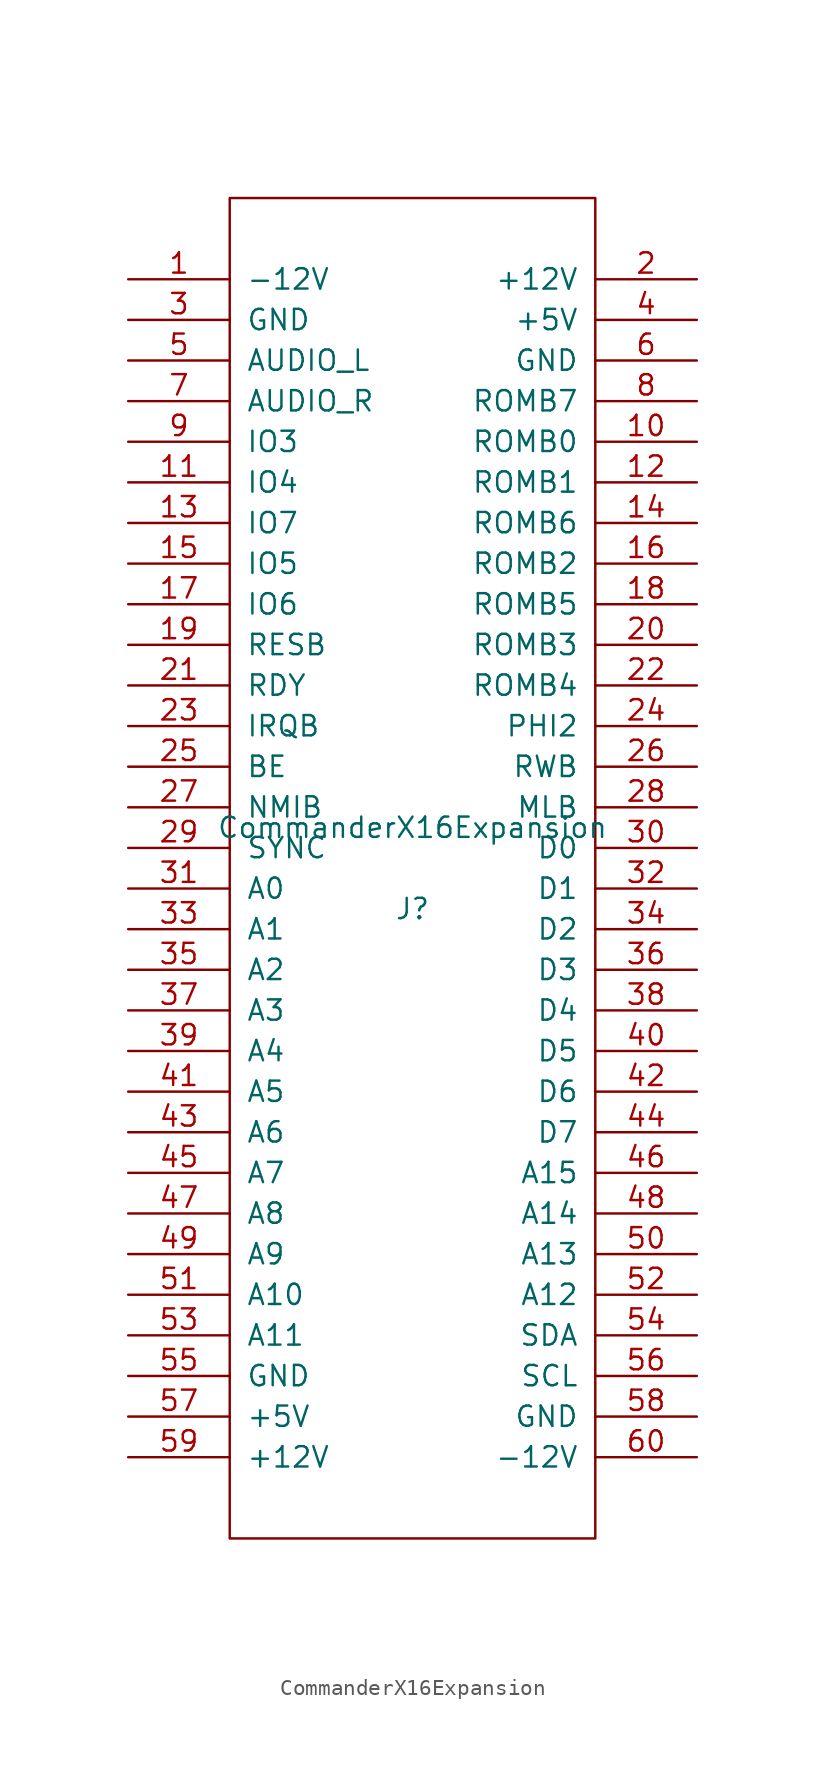
<source format=kicad_sym>
(kicad_symbol_lib
  (version 20220914)
  (generator kicad_symbol_editor)
  (symbol "CommanderX16Expansion"
    (pin_names
      (offset 1.016))
    (property "Reference" "J"
      (at 0 -2.54 0)
      (effects (font (size 1.27 1.27))))
    (property "Value" "CommanderX16Expansion"
      (at 0 2.54 0)
      (effects (font (size 1.27 1.27))))
    (symbol "CommanderX16Expansion_1_0"
      (rectangle (start -11.43 -41.91) (end 11.43 41.91) (stroke (width 0) (type solid)) (fill (type none))))
    (symbol "CommanderX16Expansion_1_1"
      (pin power_in line (at -17.78 36.83 0) (length 6.35) (name "-12V" (effects (font (size 1.27 1.27)))) (number "1" (effects (font (size 1.27 1.27)))))
      (pin input line (at 17.78 26.67 180) (length 6.35) (name "ROMB0" (effects (font (size 1.27 1.27)))) (number "10" (effects (font (size 1.27 1.27)))))
      (pin input line (at -17.78 24.13 0) (length 6.35) (name "IO4" (effects (font (size 1.27 1.27)))) (number "11" (effects (font (size 1.27 1.27)))))
      (pin input line (at 17.78 24.13 180) (length 6.35) (name "ROMB1" (effects (font (size 1.27 1.27)))) (number "12" (effects (font (size 1.27 1.27)))))
      (pin input line (at -17.78 21.59 0) (length 6.35) (name "IO7" (effects (font (size 1.27 1.27)))) (number "13" (effects (font (size 1.27 1.27)))))
      (pin input line (at 17.78 21.59 180) (length 6.35) (name "ROMB6" (effects (font (size 1.27 1.27)))) (number "14" (effects (font (size 1.27 1.27)))))
      (pin input line (at -17.78 19.05 0) (length 6.35) (name "IO5" (effects (font (size 1.27 1.27)))) (number "15" (effects (font (size 1.27 1.27)))))
      (pin input line (at 17.78 19.05 180) (length 6.35) (name "ROMB2" (effects (font (size 1.27 1.27)))) (number "16" (effects (font (size 1.27 1.27)))))
      (pin input line (at -17.78 16.51 0) (length 6.35) (name "IO6" (effects (font (size 1.27 1.27)))) (number "17" (effects (font (size 1.27 1.27)))))
      (pin input line (at 17.78 16.51 180) (length 6.35) (name "ROMB5" (effects (font (size 1.27 1.27)))) (number "18" (effects (font (size 1.27 1.27)))))
      (pin input line (at -17.78 13.97 0) (length 6.35) (name "RESB" (effects (font (size 1.27 1.27)))) (number "19" (effects (font (size 1.27 1.27)))))
      (pin power_in line (at 17.78 36.83 180) (length 6.35) (name "+12V" (effects (font (size 1.27 1.27)))) (number "2" (effects (font (size 1.27 1.27)))))
      (pin input line (at 17.78 13.97 180) (length 6.35) (name "ROMB3" (effects (font (size 1.27 1.27)))) (number "20" (effects (font (size 1.27 1.27)))))
      (pin output line (at -17.78 11.43 0) (length 6.35) (name "RDY" (effects (font (size 1.27 1.27)))) (number "21" (effects (font (size 1.27 1.27)))))
      (pin input line (at 17.78 11.43 180) (length 6.35) (name "ROMB4" (effects (font (size 1.27 1.27)))) (number "22" (effects (font (size 1.27 1.27)))))
      (pin output line (at -17.78 8.89 0) (length 6.35) (name "IRQB" (effects (font (size 1.27 1.27)))) (number "23" (effects (font (size 1.27 1.27)))))
      (pin input line (at 17.78 8.89 180) (length 6.35) (name "PHI2" (effects (font (size 1.27 1.27)))) (number "24" (effects (font (size 1.27 1.27)))))
      (pin output line (at -17.78 6.35 0) (length 6.35) (name "BE" (effects (font (size 1.27 1.27)))) (number "25" (effects (font (size 1.27 1.27)))))
      (pin input line (at 17.78 6.35 180) (length 6.35) (name "RWB" (effects (font (size 1.27 1.27)))) (number "26" (effects (font (size 1.27 1.27)))))
      (pin output line (at -17.78 3.81 0) (length 6.35) (name "NMIB" (effects (font (size 1.27 1.27)))) (number "27" (effects (font (size 1.27 1.27)))))
      (pin output line (at 17.78 3.81 180) (length 6.35) (name "MLB" (effects (font (size 1.27 1.27)))) (number "28" (effects (font (size 1.27 1.27)))))
      (pin input line (at -17.78 1.27 0) (length 6.35) (name "SYNC" (effects (font (size 1.27 1.27)))) (number "29" (effects (font (size 1.27 1.27)))))
      (pin power_in line (at -17.78 34.29 0) (length 6.35) (name "GND" (effects (font (size 1.27 1.27)))) (number "3" (effects (font (size 1.27 1.27)))))
      (pin bidirectional line (at 17.78 1.27 180) (length 6.35) (name "D0" (effects (font (size 1.27 1.27)))) (number "30" (effects (font (size 1.27 1.27)))))
      (pin input line (at -17.78 -1.27 0) (length 6.35) (name "A0" (effects (font (size 1.27 1.27)))) (number "31" (effects (font (size 1.27 1.27)))))
      (pin bidirectional line (at 17.78 -1.27 180) (length 6.35) (name "D1" (effects (font (size 1.27 1.27)))) (number "32" (effects (font (size 1.27 1.27)))))
      (pin input line (at -17.78 -3.81 0) (length 6.35) (name "A1" (effects (font (size 1.27 1.27)))) (number "33" (effects (font (size 1.27 1.27)))))
      (pin bidirectional line (at 17.78 -3.81 180) (length 6.35) (name "D2" (effects (font (size 1.27 1.27)))) (number "34" (effects (font (size 1.27 1.27)))))
      (pin input line (at -17.78 -6.35 0) (length 6.35) (name "A2" (effects (font (size 1.27 1.27)))) (number "35" (effects (font (size 1.27 1.27)))))
      (pin bidirectional line (at 17.78 -6.35 180) (length 6.35) (name "D3" (effects (font (size 1.27 1.27)))) (number "36" (effects (font (size 1.27 1.27)))))
      (pin input line (at -17.78 -8.89 0) (length 6.35) (name "A3" (effects (font (size 1.27 1.27)))) (number "37" (effects (font (size 1.27 1.27)))))
      (pin bidirectional line (at 17.78 -8.89 180) (length 6.35) (name "D4" (effects (font (size 1.27 1.27)))) (number "38" (effects (font (size 1.27 1.27)))))
      (pin input line (at -17.78 -11.43 0) (length 6.35) (name "A4" (effects (font (size 1.27 1.27)))) (number "39" (effects (font (size 1.27 1.27)))))
      (pin power_in line (at 17.78 34.29 180) (length 6.35) (name "+5V" (effects (font (size 1.27 1.27)))) (number "4" (effects (font (size 1.27 1.27)))))
      (pin bidirectional line (at 17.78 -11.43 180) (length 6.35) (name "D5" (effects (font (size 1.27 1.27)))) (number "40" (effects (font (size 1.27 1.27)))))
      (pin input line (at -17.78 -13.97 0) (length 6.35) (name "A5" (effects (font (size 1.27 1.27)))) (number "41" (effects (font (size 1.27 1.27)))))
      (pin bidirectional line (at 17.78 -13.97 180) (length 6.35) (name "D6" (effects (font (size 1.27 1.27)))) (number "42" (effects (font (size 1.27 1.27)))))
      (pin input line (at -17.78 -16.51 0) (length 6.35) (name "A6" (effects (font (size 1.27 1.27)))) (number "43" (effects (font (size 1.27 1.27)))))
      (pin bidirectional line (at 17.78 -16.51 180) (length 6.35) (name "D7" (effects (font (size 1.27 1.27)))) (number "44" (effects (font (size 1.27 1.27)))))
      (pin input line (at -17.78 -19.05 0) (length 6.35) (name "A7" (effects (font (size 1.27 1.27)))) (number "45" (effects (font (size 1.27 1.27)))))
      (pin input line (at 17.78 -19.05 180) (length 6.35) (name "A15" (effects (font (size 1.27 1.27)))) (number "46" (effects (font (size 1.27 1.27)))))
      (pin input line (at -17.78 -21.59 0) (length 6.35) (name "A8" (effects (font (size 1.27 1.27)))) (number "47" (effects (font (size 1.27 1.27)))))
      (pin input line (at 17.78 -21.59 180) (length 6.35) (name "A14" (effects (font (size 1.27 1.27)))) (number "48" (effects (font (size 1.27 1.27)))))
      (pin input line (at -17.78 -24.13 0) (length 6.35) (name "A9" (effects (font (size 1.27 1.27)))) (number "49" (effects (font (size 1.27 1.27)))))
      (pin bidirectional line (at -17.78 31.75 0) (length 6.35) (name "AUDIO_L" (effects (font (size 1.27 1.27)))) (number "5" (effects (font (size 1.27 1.27)))))
      (pin input line (at 17.78 -24.13 180) (length 6.35) (name "A13" (effects (font (size 1.27 1.27)))) (number "50" (effects (font (size 1.27 1.27)))))
      (pin input line (at -17.78 -26.67 0) (length 6.35) (name "A10" (effects (font (size 1.27 1.27)))) (number "51" (effects (font (size 1.27 1.27)))))
      (pin input line (at 17.78 -26.67 180) (length 6.35) (name "A12" (effects (font (size 1.27 1.27)))) (number "52" (effects (font (size 1.27 1.27)))))
      (pin input line (at -17.78 -29.21 0) (length 6.35) (name "A11" (effects (font (size 1.27 1.27)))) (number "53" (effects (font (size 1.27 1.27)))))
      (pin bidirectional line (at 17.78 -29.21 180) (length 6.35) (name "SDA" (effects (font (size 1.27 1.27)))) (number "54" (effects (font (size 1.27 1.27)))))
      (pin power_in line (at -17.78 -31.75 0) (length 6.35) (name "GND" (effects (font (size 1.27 1.27)))) (number "55" (effects (font (size 1.27 1.27)))))
      (pin input line (at 17.78 -31.75 180) (length 6.35) (name "SCL" (effects (font (size 1.27 1.27)))) (number "56" (effects (font (size 1.27 1.27)))))
      (pin power_in line (at -17.78 -34.29 0) (length 6.35) (name "+5V" (effects (font (size 1.27 1.27)))) (number "57" (effects (font (size 1.27 1.27)))))
      (pin power_in line (at 17.78 -34.29 180) (length 6.35) (name "GND" (effects (font (size 1.27 1.27)))) (number "58" (effects (font (size 1.27 1.27)))))
      (pin power_in line (at -17.78 -36.83 0) (length 6.35) (name "+12V" (effects (font (size 1.27 1.27)))) (number "59" (effects (font (size 1.27 1.27)))))
      (pin power_in line (at 17.78 31.75 180) (length 6.35) (name "GND" (effects (font (size 1.27 1.27)))) (number "6" (effects (font (size 1.27 1.27)))))
      (pin power_in line (at 17.78 -36.83 180) (length 6.35) (name "-12V" (effects (font (size 1.27 1.27)))) (number "60" (effects (font (size 1.27 1.27)))))
      (pin bidirectional line (at -17.78 29.21 0) (length 6.35) (name "AUDIO_R" (effects (font (size 1.27 1.27)))) (number "7" (effects (font (size 1.27 1.27)))))
      (pin input line (at 17.78 29.21 180) (length 6.35) (name "ROMB7" (effects (font (size 1.27 1.27)))) (number "8" (effects (font (size 1.27 1.27)))))
      (pin input line (at -17.78 26.67 0) (length 6.35) (name "IO3" (effects (font (size 1.27 1.27)))) (number "9" (effects (font (size 1.27 1.27))))))))
</source>
